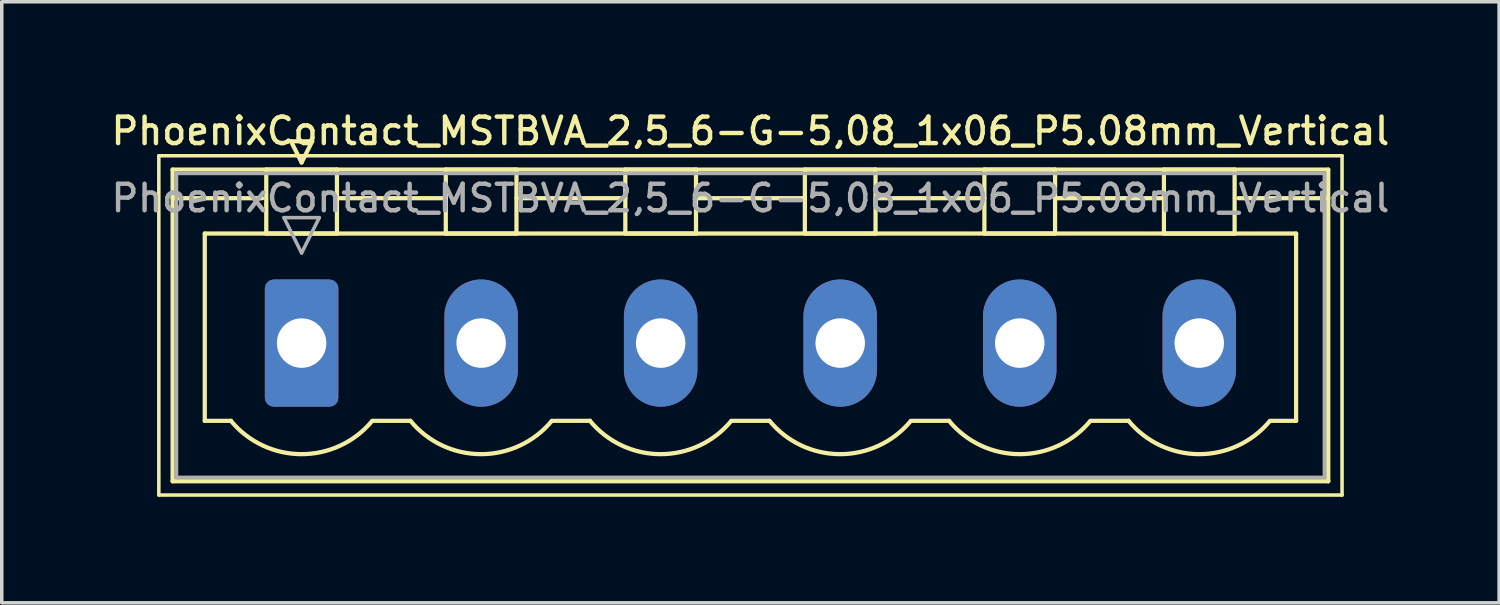
<source format=kicad_pcb>
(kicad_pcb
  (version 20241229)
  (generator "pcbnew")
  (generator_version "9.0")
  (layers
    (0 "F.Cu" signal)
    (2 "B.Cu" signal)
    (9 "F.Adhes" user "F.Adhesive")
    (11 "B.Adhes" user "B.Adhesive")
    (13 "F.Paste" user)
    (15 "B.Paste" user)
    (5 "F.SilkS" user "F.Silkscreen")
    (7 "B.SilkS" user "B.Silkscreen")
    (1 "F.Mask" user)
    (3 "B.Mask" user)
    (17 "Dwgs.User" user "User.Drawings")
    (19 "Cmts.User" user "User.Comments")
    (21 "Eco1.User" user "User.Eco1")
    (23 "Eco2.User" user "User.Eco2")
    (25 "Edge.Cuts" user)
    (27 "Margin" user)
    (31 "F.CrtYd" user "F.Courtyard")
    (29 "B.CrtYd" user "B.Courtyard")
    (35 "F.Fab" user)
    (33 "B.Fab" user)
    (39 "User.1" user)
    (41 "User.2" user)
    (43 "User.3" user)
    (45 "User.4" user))
  (footprint "PhoenixContact_MSTBVA_2,5_6-G-5,08_1x06_P5.08mm_Vertical"
    (layer "F.Cu")
    (at 5.484 6.658)
    (property "Reference" "PhoenixContact_MSTBVA_2,5_6-G-5,08_1x06_P5.08mm_Vertical" (at 12.7 -6 0) (layer "F.SilkS") (effects (font (size 0.75 0.75) (thickness 0.125))))
    (attr through_hole)
    (fp_line (start -4.04 -5.3) (end -4.04 4.3) (stroke (width 0.1) (type solid)) (layer "F.SilkS"))
    (fp_line (start -4.04 4.3) (end 29.44 4.3) (stroke (width 0.1) (type solid)) (layer "F.SilkS"))
    (fp_line (start -3.65 -4.91) (end -3.65 3.91) (stroke (width 0.12) (type solid)) (layer "F.SilkS"))
    (fp_line (start -3.65 -4.1) (end -1.11 -4.1) (stroke (width 0.12) (type solid)) (layer "F.SilkS"))
    (fp_line (start -3.65 3.91) (end 29.05 3.91) (stroke (width 0.12) (type solid)) (layer "F.SilkS"))
    (fp_line (start -2.74 -3.1) (end 28.14 -3.1) (stroke (width 0.12) (type solid)) (layer "F.SilkS"))
    (fp_line (start -2.74 2.2) (end -2.74 -3.1) (stroke (width 0.12) (type solid)) (layer "F.SilkS"))
    (fp_line (start -2 2.2) (end -2.74 2.2) (stroke (width 0.12) (type solid)) (layer "F.SilkS"))
    (fp_line (start -1 -4.91) (end 1 -4.91) (stroke (width 0.12) (type solid)) (layer "F.SilkS"))
    (fp_line (start -1 -3.1) (end -1 -4.91) (stroke (width 0.12) (type solid)) (layer "F.SilkS"))
    (fp_line (start -0.3 -5.71) (end 0.3 -5.71) (stroke (width 0.12) (type solid)) (layer "F.SilkS"))
    (fp_line (start 0 -5.11) (end -0.3 -5.71) (stroke (width 0.12) (type solid)) (layer "F.SilkS"))
    (fp_line (start 0.3 -5.71) (end 0 -5.11) (stroke (width 0.12) (type solid)) (layer "F.SilkS"))
    (fp_line (start 1 -4.91) (end 1 -3.1) (stroke (width 0.12) (type solid)) (layer "F.SilkS"))
    (fp_line (start 1 -4.1) (end 4.08 -4.1) (stroke (width 0.12) (type solid)) (layer "F.SilkS"))
    (fp_line (start 1 -3.1) (end -1 -3.1) (stroke (width 0.12) (type solid)) (layer "F.SilkS"))
    (fp_line (start 2 2.2) (end 3.08 2.2) (stroke (width 0.12) (type solid)) (layer "F.SilkS"))
    (fp_line (start 4.08 -4.91) (end 6.08 -4.91) (stroke (width 0.12) (type solid)) (layer "F.SilkS"))
    (fp_line (start 4.08 -3.1) (end 4.08 -4.91) (stroke (width 0.12) (type solid)) (layer "F.SilkS"))
    (fp_line (start 6.08 -4.91) (end 6.08 -3.1) (stroke (width 0.12) (type solid)) (layer "F.SilkS"))
    (fp_line (start 6.08 -4.1) (end 9.16 -4.1) (stroke (width 0.12) (type solid)) (layer "F.SilkS"))
    (fp_line (start 6.08 -3.1) (end 4.08 -3.1) (stroke (width 0.12) (type solid)) (layer "F.SilkS"))
    (fp_line (start 7.08 2.2) (end 8.16 2.2) (stroke (width 0.12) (type solid)) (layer "F.SilkS"))
    (fp_line (start 9.16 -4.91) (end 11.16 -4.91) (stroke (width 0.12) (type solid)) (layer "F.SilkS"))
    (fp_line (start 9.16 -3.1) (end 9.16 -4.91) (stroke (width 0.12) (type solid)) (layer "F.SilkS"))
    (fp_line (start 11.16 -4.91) (end 11.16 -3.1) (stroke (width 0.12) (type solid)) (layer "F.SilkS"))
    (fp_line (start 11.16 -4.1) (end 14.24 -4.1) (stroke (width 0.12) (type solid)) (layer "F.SilkS"))
    (fp_line (start 11.16 -3.1) (end 9.16 -3.1) (stroke (width 0.12) (type solid)) (layer "F.SilkS"))
    (fp_line (start 12.16 2.2) (end 13.24 2.2) (stroke (width 0.12) (type solid)) (layer "F.SilkS"))
    (fp_line (start 14.24 -4.91) (end 16.24 -4.91) (stroke (width 0.12) (type solid)) (layer "F.SilkS"))
    (fp_line (start 14.24 -3.1) (end 14.24 -4.91) (stroke (width 0.12) (type solid)) (layer "F.SilkS"))
    (fp_line (start 16.24 -4.91) (end 16.24 -3.1) (stroke (width 0.12) (type solid)) (layer "F.SilkS"))
    (fp_line (start 16.24 -4.1) (end 19.32 -4.1) (stroke (width 0.12) (type solid)) (layer "F.SilkS"))
    (fp_line (start 16.24 -3.1) (end 14.24 -3.1) (stroke (width 0.12) (type solid)) (layer "F.SilkS"))
    (fp_line (start 17.24 2.2) (end 18.32 2.2) (stroke (width 0.12) (type solid)) (layer "F.SilkS"))
    (fp_line (start 19.32 -4.91) (end 21.32 -4.91) (stroke (width 0.12) (type solid)) (layer "F.SilkS"))
    (fp_line (start 19.32 -3.1) (end 19.32 -4.91) (stroke (width 0.12) (type solid)) (layer "F.SilkS"))
    (fp_line (start 21.32 -4.91) (end 21.32 -3.1) (stroke (width 0.12) (type solid)) (layer "F.SilkS"))
    (fp_line (start 21.32 -4.1) (end 24.4 -4.1) (stroke (width 0.12) (type solid)) (layer "F.SilkS"))
    (fp_line (start 21.32 -3.1) (end 19.32 -3.1) (stroke (width 0.12) (type solid)) (layer "F.SilkS"))
    (fp_line (start 22.32 2.2) (end 23.4 2.2) (stroke (width 0.12) (type solid)) (layer "F.SilkS"))
    (fp_line (start 24.4 -4.91) (end 26.4 -4.91) (stroke (width 0.12) (type solid)) (layer "F.SilkS"))
    (fp_line (start 24.4 -3.1) (end 24.4 -4.91) (stroke (width 0.12) (type solid)) (layer "F.SilkS"))
    (fp_line (start 26.4 -4.91) (end 26.4 -3.1) (stroke (width 0.12) (type solid)) (layer "F.SilkS"))
    (fp_line (start 26.4 -3.1) (end 24.4 -3.1) (stroke (width 0.12) (type solid)) (layer "F.SilkS"))
    (fp_line (start 28.14 -3.1) (end 28.14 2.2) (stroke (width 0.12) (type solid)) (layer "F.SilkS"))
    (fp_line (start 28.14 2.2) (end 27.4 2.2) (stroke (width 0.12) (type solid)) (layer "F.SilkS"))
    (fp_line (start 29.05 -4.91) (end -3.65 -4.91) (stroke (width 0.12) (type solid)) (layer "F.SilkS"))
    (fp_line (start 29.05 -4.1) (end 26.51 -4.1) (stroke (width 0.12) (type solid)) (layer "F.SilkS"))
    (fp_line (start 29.05 3.91) (end 29.05 -4.91) (stroke (width 0.12) (type solid)) (layer "F.SilkS"))
    (fp_line (start 29.44 -5.3) (end -4.04 -5.3) (stroke (width 0.1) (type solid)) (layer "F.SilkS"))
    (fp_line (start 29.44 4.3) (end 29.44 -5.3) (stroke (width 0.1) (type solid)) (layer "F.SilkS"))
    (fp_arc (start 1.986842 2.215821) (mid -0.010289 3.142758) (end -2 2.2) (stroke (width 0.12) (type solid)) (layer "F.SilkS"))
    (fp_arc (start 7.066842 2.215821) (mid 5.069711 3.142758) (end 3.08 2.2) (stroke (width 0.12) (type solid)) (layer "F.SilkS"))
    (fp_arc (start 12.146842 2.215821) (mid 10.149711 3.142758) (end 8.16 2.2) (stroke (width 0.12) (type solid)) (layer "F.SilkS"))
    (fp_arc (start 17.226842 2.215821) (mid 15.229711 3.142758) (end 13.24 2.2) (stroke (width 0.12) (type solid)) (layer "F.SilkS"))
    (fp_arc (start 22.306842 2.215821) (mid 20.309711 3.142758) (end 18.32 2.2) (stroke (width 0.12) (type solid)) (layer "F.SilkS"))
    (fp_arc (start 27.386842 2.215821) (mid 25.389711 3.142758) (end 23.4 2.2) (stroke (width 0.12) (type solid)) (layer "F.SilkS"))
    (fp_line (start -3.54 -4.8) (end -3.54 3.8) (stroke (width 0.1) (type solid)) (layer "F.Fab"))
    (fp_line (start -3.54 3.8) (end 28.94 3.8) (stroke (width 0.1) (type solid)) (layer "F.Fab"))
    (fp_line (start -0.5 -3.55) (end 0.5 -3.55) (stroke (width 0.1) (type solid)) (layer "F.Fab"))
    (fp_line (start 0 -2.55) (end -0.5 -3.55) (stroke (width 0.1) (type solid)) (layer "F.Fab"))
    (fp_line (start 0.5 -3.55) (end 0 -2.55) (stroke (width 0.1) (type solid)) (layer "F.Fab"))
    (fp_line (start 28.94 -4.8) (end -3.54 -4.8) (stroke (width 0.1) (type solid)) (layer "F.Fab"))
    (fp_line (start 28.94 3.8) (end 28.94 -4.8) (stroke (width 0.1) (type solid)) (layer "F.Fab"))
    (fp_text user "${REFERENCE}" (at 12.7 -4.1 0) (layer "F.Fab") (effects (font (size 0.75 0.75) (thickness 0.125))))
    (pad "1" thru_hole roundrect (at 0 0) (size 2.08 3.6) (drill 1.4) (layers "*.Cu" "*.Mask") (roundrect_rratio 0.12))
    (pad "2" thru_hole oval (at 5.08 0) (size 2.08 3.6) (drill 1.4) (layers "*.Cu" "*.Mask"))
    (pad "3" thru_hole oval (at 10.16 0) (size 2.08 3.6) (drill 1.4) (layers "*.Cu" "*.Mask"))
    (pad "4" thru_hole oval (at 15.24 0) (size 2.08 3.6) (drill 1.4) (layers "*.Cu" "*.Mask"))
    (pad "5" thru_hole oval (at 20.32 0) (size 2.08 3.6) (drill 1.4) (layers "*.Cu" "*.Mask"))
    (pad "6" thru_hole oval (at 25.4 0) (size 2.08 3.6) (drill 1.4) (layers "*.Cu" "*.Mask")))
  (gr_rect
    (start -3 -3)
    (end 39.368 14.008)
    (stroke (width 0.1) (type default))
    (fill no)
    (layer "Edge.Cuts")))
</source>
